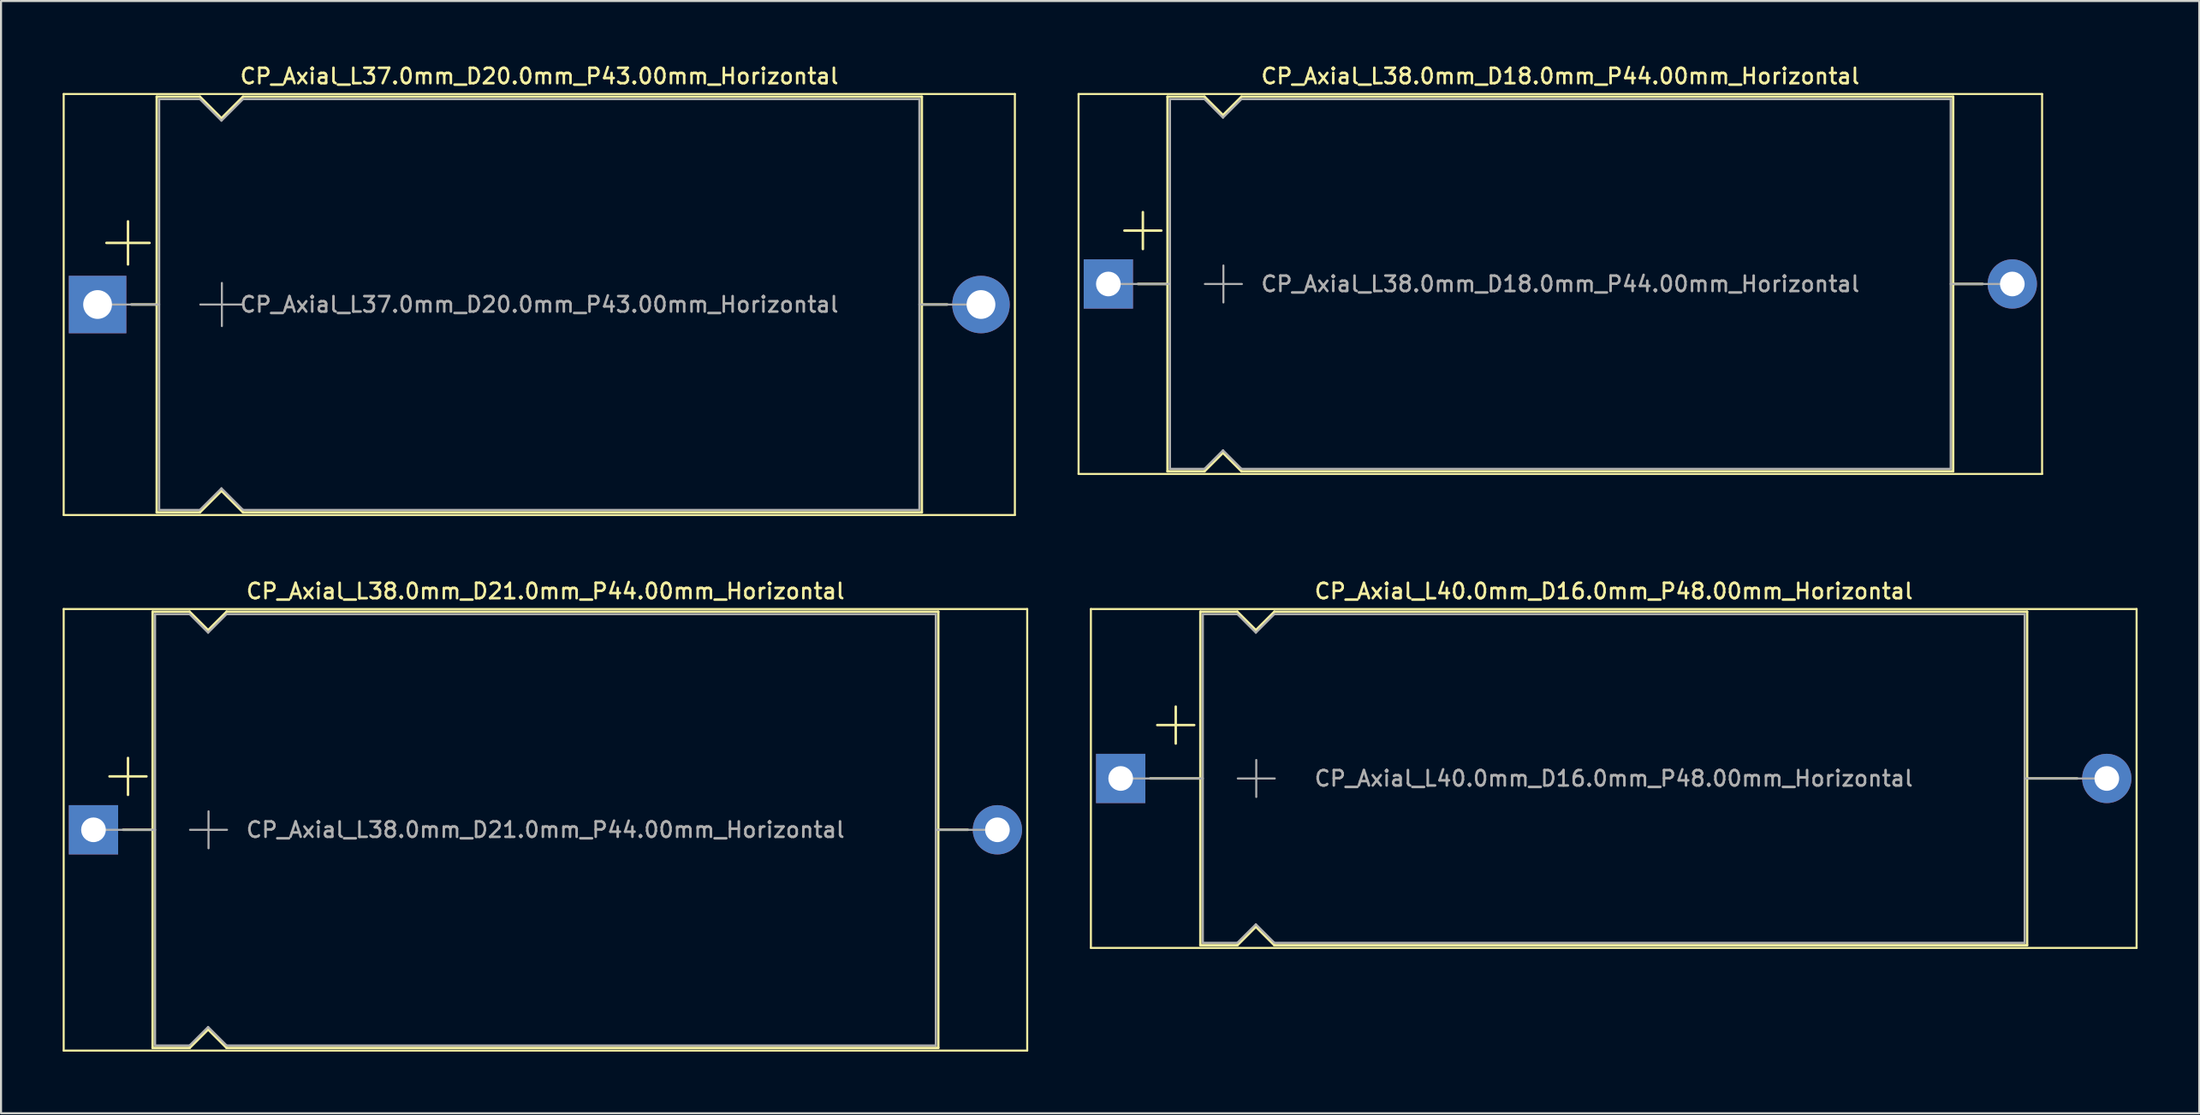
<source format=kicad_pcb>
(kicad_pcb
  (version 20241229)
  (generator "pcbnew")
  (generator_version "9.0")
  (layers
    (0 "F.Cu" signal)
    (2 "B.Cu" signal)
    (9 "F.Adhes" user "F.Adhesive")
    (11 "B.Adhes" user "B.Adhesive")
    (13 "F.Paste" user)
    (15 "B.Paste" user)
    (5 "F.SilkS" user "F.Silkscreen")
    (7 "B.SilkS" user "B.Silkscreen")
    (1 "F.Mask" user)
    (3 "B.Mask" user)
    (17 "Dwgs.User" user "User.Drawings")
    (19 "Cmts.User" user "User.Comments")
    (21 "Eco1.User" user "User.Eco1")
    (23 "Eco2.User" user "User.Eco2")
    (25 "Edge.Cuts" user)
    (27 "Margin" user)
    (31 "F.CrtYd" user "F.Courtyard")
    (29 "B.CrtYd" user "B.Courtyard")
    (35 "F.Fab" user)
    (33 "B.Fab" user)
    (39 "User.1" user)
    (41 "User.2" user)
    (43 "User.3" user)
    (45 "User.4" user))
  (footprint "CP_Axial_L40.0mm_D16.0mm_P48.00mm_Horizontal"
    (layer "F.Cu")
    (at 51.5 34.856)
    (property "Reference" "CP_Axial_L40.0mm_D16.0mm_P48.00mm_Horizontal" (at 24 -9.12 0) (layer "F.SilkS") (effects (font (size 0.75 0.75) (thickness 0.125))))
    (attr through_hole)
    (fp_line (start -1.45 -8.25) (end -1.45 8.25) (stroke (width 0.1) (type solid)) (layer "F.SilkS"))
    (fp_line (start -1.45 8.25) (end 49.45 8.25) (stroke (width 0.1) (type solid)) (layer "F.SilkS"))
    (fp_line (start 1.44 0) (end 3.88 0) (stroke (width 0.12) (type solid)) (layer "F.SilkS"))
    (fp_line (start 1.78 -2.6) (end 3.58 -2.6) (stroke (width 0.12) (type solid)) (layer "F.SilkS"))
    (fp_line (start 2.68 -3.5) (end 2.68 -1.7) (stroke (width 0.12) (type solid)) (layer "F.SilkS"))
    (fp_line (start 3.88 -8.12) (end 3.88 8.12) (stroke (width 0.12) (type solid)) (layer "F.SilkS"))
    (fp_line (start 3.88 -8.12) (end 5.68 -8.12) (stroke (width 0.12) (type solid)) (layer "F.SilkS"))
    (fp_line (start 3.88 8.12) (end 5.68 8.12) (stroke (width 0.12) (type solid)) (layer "F.SilkS"))
    (fp_line (start 5.68 -8.12) (end 6.58 -7.22) (stroke (width 0.12) (type solid)) (layer "F.SilkS"))
    (fp_line (start 5.68 8.12) (end 6.58 7.22) (stroke (width 0.12) (type solid)) (layer "F.SilkS"))
    (fp_line (start 6.58 -7.22) (end 7.48 -8.12) (stroke (width 0.12) (type solid)) (layer "F.SilkS"))
    (fp_line (start 6.58 7.22) (end 7.48 8.12) (stroke (width 0.12) (type solid)) (layer "F.SilkS"))
    (fp_line (start 7.48 -8.12) (end 44.12 -8.12) (stroke (width 0.12) (type solid)) (layer "F.SilkS"))
    (fp_line (start 7.48 8.12) (end 44.12 8.12) (stroke (width 0.12) (type solid)) (layer "F.SilkS"))
    (fp_line (start 44.12 -8.12) (end 44.12 8.12) (stroke (width 0.12) (type solid)) (layer "F.SilkS"))
    (fp_line (start 46.56 0) (end 44.12 0) (stroke (width 0.12) (type solid)) (layer "F.SilkS"))
    (fp_line (start 49.45 -8.25) (end -1.45 -8.25) (stroke (width 0.1) (type solid)) (layer "F.SilkS"))
    (fp_line (start 49.45 8.25) (end 49.45 -8.25) (stroke (width 0.1) (type solid)) (layer "F.SilkS"))
    (fp_line (start 0 0) (end 4 0) (stroke (width 0.1) (type solid)) (layer "F.Fab"))
    (fp_line (start 4 -8) (end 4 8) (stroke (width 0.1) (type solid)) (layer "F.Fab"))
    (fp_line (start 4 -8) (end 5.68 -8) (stroke (width 0.1) (type solid)) (layer "F.Fab"))
    (fp_line (start 4 8) (end 5.68 8) (stroke (width 0.1) (type solid)) (layer "F.Fab"))
    (fp_line (start 5.68 -8) (end 6.58 -7.1) (stroke (width 0.1) (type solid)) (layer "F.Fab"))
    (fp_line (start 5.68 8) (end 6.58 7.1) (stroke (width 0.1) (type solid)) (layer "F.Fab"))
    (fp_line (start 5.7 0) (end 7.5 0) (stroke (width 0.1) (type solid)) (layer "F.Fab"))
    (fp_line (start 6.58 -7.1) (end 7.48 -8) (stroke (width 0.1) (type solid)) (layer "F.Fab"))
    (fp_line (start 6.58 7.1) (end 7.48 8) (stroke (width 0.1) (type solid)) (layer "F.Fab"))
    (fp_line (start 6.6 -0.9) (end 6.6 0.9) (stroke (width 0.1) (type solid)) (layer "F.Fab"))
    (fp_line (start 7.48 -8) (end 44 -8) (stroke (width 0.1) (type solid)) (layer "F.Fab"))
    (fp_line (start 7.48 8) (end 44 8) (stroke (width 0.1) (type solid)) (layer "F.Fab"))
    (fp_line (start 44 -8) (end 44 8) (stroke (width 0.1) (type solid)) (layer "F.Fab"))
    (fp_line (start 48 0) (end 44 0) (stroke (width 0.1) (type solid)) (layer "F.Fab"))
    (fp_text user "${REFERENCE}" (at 24 0 0) (layer "F.Fab") (effects (font (size 0.75 0.75) (thickness 0.125))))
    (pad "1" thru_hole rect (at 0 0) (size 2.4 2.4) (drill 1.2) (layers "*.Cu" "*.Mask"))
    (pad "2" thru_hole oval (at 48 0) (size 2.4 2.4) (drill 1.2) (layers "*.Cu" "*.Mask")))
  (footprint "CP_Axial_L38.0mm_D18.0mm_P44.00mm_Horizontal"
    (layer "F.Cu")
    (at 50.9 10.778)
    (property "Reference" "CP_Axial_L38.0mm_D18.0mm_P44.00mm_Horizontal" (at 22 -10.12 0) (layer "F.SilkS") (effects (font (size 0.75 0.75) (thickness 0.125))))
    (attr through_hole)
    (fp_line (start -1.45 -9.25) (end -1.45 9.25) (stroke (width 0.1) (type solid)) (layer "F.SilkS"))
    (fp_line (start -1.45 9.25) (end 45.45 9.25) (stroke (width 0.1) (type solid)) (layer "F.SilkS"))
    (fp_line (start 0.78 -2.6) (end 2.58 -2.6) (stroke (width 0.12) (type solid)) (layer "F.SilkS"))
    (fp_line (start 1.44 0) (end 2.88 0) (stroke (width 0.12) (type solid)) (layer "F.SilkS"))
    (fp_line (start 1.68 -3.5) (end 1.68 -1.7) (stroke (width 0.12) (type solid)) (layer "F.SilkS"))
    (fp_line (start 2.88 -9.12) (end 2.88 9.12) (stroke (width 0.12) (type solid)) (layer "F.SilkS"))
    (fp_line (start 2.88 -9.12) (end 4.68 -9.12) (stroke (width 0.12) (type solid)) (layer "F.SilkS"))
    (fp_line (start 2.88 9.12) (end 4.68 9.12) (stroke (width 0.12) (type solid)) (layer "F.SilkS"))
    (fp_line (start 4.68 -9.12) (end 5.58 -8.22) (stroke (width 0.12) (type solid)) (layer "F.SilkS"))
    (fp_line (start 4.68 9.12) (end 5.58 8.22) (stroke (width 0.12) (type solid)) (layer "F.SilkS"))
    (fp_line (start 5.58 -8.22) (end 6.48 -9.12) (stroke (width 0.12) (type solid)) (layer "F.SilkS"))
    (fp_line (start 5.58 8.22) (end 6.48 9.12) (stroke (width 0.12) (type solid)) (layer "F.SilkS"))
    (fp_line (start 6.48 -9.12) (end 41.12 -9.12) (stroke (width 0.12) (type solid)) (layer "F.SilkS"))
    (fp_line (start 6.48 9.12) (end 41.12 9.12) (stroke (width 0.12) (type solid)) (layer "F.SilkS"))
    (fp_line (start 41.12 -9.12) (end 41.12 9.12) (stroke (width 0.12) (type solid)) (layer "F.SilkS"))
    (fp_line (start 42.56 0) (end 41.12 0) (stroke (width 0.12) (type solid)) (layer "F.SilkS"))
    (fp_line (start 45.45 -9.25) (end -1.45 -9.25) (stroke (width 0.1) (type solid)) (layer "F.SilkS"))
    (fp_line (start 45.45 9.25) (end 45.45 -9.25) (stroke (width 0.1) (type solid)) (layer "F.SilkS"))
    (fp_line (start 0 0) (end 3 0) (stroke (width 0.1) (type solid)) (layer "F.Fab"))
    (fp_line (start 3 -9) (end 3 9) (stroke (width 0.1) (type solid)) (layer "F.Fab"))
    (fp_line (start 3 -9) (end 4.68 -9) (stroke (width 0.1) (type solid)) (layer "F.Fab"))
    (fp_line (start 3 9) (end 4.68 9) (stroke (width 0.1) (type solid)) (layer "F.Fab"))
    (fp_line (start 4.68 -9) (end 5.58 -8.1) (stroke (width 0.1) (type solid)) (layer "F.Fab"))
    (fp_line (start 4.68 9) (end 5.58 8.1) (stroke (width 0.1) (type solid)) (layer "F.Fab"))
    (fp_line (start 4.7 0) (end 6.5 0) (stroke (width 0.1) (type solid)) (layer "F.Fab"))
    (fp_line (start 5.58 -8.1) (end 6.48 -9) (stroke (width 0.1) (type solid)) (layer "F.Fab"))
    (fp_line (start 5.58 8.1) (end 6.48 9) (stroke (width 0.1) (type solid)) (layer "F.Fab"))
    (fp_line (start 5.6 -0.9) (end 5.6 0.9) (stroke (width 0.1) (type solid)) (layer "F.Fab"))
    (fp_line (start 6.48 -9) (end 41 -9) (stroke (width 0.1) (type solid)) (layer "F.Fab"))
    (fp_line (start 6.48 9) (end 41 9) (stroke (width 0.1) (type solid)) (layer "F.Fab"))
    (fp_line (start 41 -9) (end 41 9) (stroke (width 0.1) (type solid)) (layer "F.Fab"))
    (fp_line (start 44 0) (end 41 0) (stroke (width 0.1) (type solid)) (layer "F.Fab"))
    (fp_text user "${REFERENCE}" (at 22 0 0) (layer "F.Fab") (effects (font (size 0.75 0.75) (thickness 0.125))))
    (pad "1" thru_hole rect (at 0 0) (size 2.4 2.4) (drill 1.2) (layers "*.Cu" "*.Mask"))
    (pad "2" thru_hole oval (at 44 0) (size 2.4 2.4) (drill 1.2) (layers "*.Cu" "*.Mask")))
  (footprint "CP_Axial_L37.0mm_D20.0mm_P43.00mm_Horizontal"
    (layer "F.Cu")
    (at 1.7 11.778)
    (property "Reference" "CP_Axial_L37.0mm_D20.0mm_P43.00mm_Horizontal" (at 21.5 -11.12 0) (layer "F.SilkS") (effects (font (size 0.75 0.75) (thickness 0.125))))
    (attr through_hole)
    (fp_line (start -1.65 -10.25) (end -1.65 10.25) (stroke (width 0.1) (type solid)) (layer "F.SilkS"))
    (fp_line (start -1.65 10.25) (end 44.65 10.25) (stroke (width 0.1) (type solid)) (layer "F.SilkS"))
    (fp_line (start 0.43 -3) (end 2.53 -3) (stroke (width 0.12) (type solid)) (layer "F.SilkS"))
    (fp_line (start 1.48 -4.05) (end 1.48 -1.95) (stroke (width 0.12) (type solid)) (layer "F.SilkS"))
    (fp_line (start 1.64 0) (end 2.88 0) (stroke (width 0.12) (type solid)) (layer "F.SilkS"))
    (fp_line (start 2.88 -10.12) (end 2.88 10.12) (stroke (width 0.12) (type solid)) (layer "F.SilkS"))
    (fp_line (start 2.88 -10.12) (end 4.98 -10.12) (stroke (width 0.12) (type solid)) (layer "F.SilkS"))
    (fp_line (start 2.88 10.12) (end 4.98 10.12) (stroke (width 0.12) (type solid)) (layer "F.SilkS"))
    (fp_line (start 4.98 -10.12) (end 6.03 -9.07) (stroke (width 0.12) (type solid)) (layer "F.SilkS"))
    (fp_line (start 4.98 10.12) (end 6.03 9.07) (stroke (width 0.12) (type solid)) (layer "F.SilkS"))
    (fp_line (start 6.03 -9.07) (end 7.08 -10.12) (stroke (width 0.12) (type solid)) (layer "F.SilkS"))
    (fp_line (start 6.03 9.07) (end 7.08 10.12) (stroke (width 0.12) (type solid)) (layer "F.SilkS"))
    (fp_line (start 7.08 -10.12) (end 40.12 -10.12) (stroke (width 0.12) (type solid)) (layer "F.SilkS"))
    (fp_line (start 7.08 10.12) (end 40.12 10.12) (stroke (width 0.12) (type solid)) (layer "F.SilkS"))
    (fp_line (start 40.12 -10.12) (end 40.12 10.12) (stroke (width 0.12) (type solid)) (layer "F.SilkS"))
    (fp_line (start 41.36 0) (end 40.12 0) (stroke (width 0.12) (type solid)) (layer "F.SilkS"))
    (fp_line (start 44.65 -10.25) (end -1.65 -10.25) (stroke (width 0.1) (type solid)) (layer "F.SilkS"))
    (fp_line (start 44.65 10.25) (end 44.65 -10.25) (stroke (width 0.1) (type solid)) (layer "F.SilkS"))
    (fp_line (start 0 0) (end 3 0) (stroke (width 0.1) (type solid)) (layer "F.Fab"))
    (fp_line (start 3 -10) (end 3 10) (stroke (width 0.1) (type solid)) (layer "F.Fab"))
    (fp_line (start 3 -10) (end 4.98 -10) (stroke (width 0.1) (type solid)) (layer "F.Fab"))
    (fp_line (start 3 10) (end 4.98 10) (stroke (width 0.1) (type solid)) (layer "F.Fab"))
    (fp_line (start 4.98 -10) (end 6.03 -8.95) (stroke (width 0.1) (type solid)) (layer "F.Fab"))
    (fp_line (start 4.98 10) (end 6.03 8.95) (stroke (width 0.1) (type solid)) (layer "F.Fab"))
    (fp_line (start 5 0) (end 7.1 0) (stroke (width 0.1) (type solid)) (layer "F.Fab"))
    (fp_line (start 6.03 -8.95) (end 7.08 -10) (stroke (width 0.1) (type solid)) (layer "F.Fab"))
    (fp_line (start 6.03 8.95) (end 7.08 10) (stroke (width 0.1) (type solid)) (layer "F.Fab"))
    (fp_line (start 6.05 -1.05) (end 6.05 1.05) (stroke (width 0.1) (type solid)) (layer "F.Fab"))
    (fp_line (start 7.08 -10) (end 40 -10) (stroke (width 0.1) (type solid)) (layer "F.Fab"))
    (fp_line (start 7.08 10) (end 40 10) (stroke (width 0.1) (type solid)) (layer "F.Fab"))
    (fp_line (start 40 -10) (end 40 10) (stroke (width 0.1) (type solid)) (layer "F.Fab"))
    (fp_line (start 43 0) (end 40 0) (stroke (width 0.1) (type solid)) (layer "F.Fab"))
    (fp_text user "${REFERENCE}" (at 21.5 0 0) (layer "F.Fab") (effects (font (size 0.75 0.75) (thickness 0.125))))
    (pad "1" thru_hole rect (at 0 0) (size 2.8 2.8) (drill 1.4) (layers "*.Cu" "*.Mask"))
    (pad "2" thru_hole oval (at 43 0) (size 2.8 2.8) (drill 1.4) (layers "*.Cu" "*.Mask")))
  (footprint "CP_Axial_L38.0mm_D21.0mm_P44.00mm_Horizontal"
    (layer "F.Cu")
    (at 1.5 37.356)
    (property "Reference" "CP_Axial_L38.0mm_D21.0mm_P44.00mm_Horizontal" (at 22 -11.62 0) (layer "F.SilkS") (effects (font (size 0.75 0.75) (thickness 0.125))))
    (attr through_hole)
    (fp_line (start -1.45 -10.75) (end -1.45 10.75) (stroke (width 0.1) (type solid)) (layer "F.SilkS"))
    (fp_line (start -1.45 10.75) (end 45.45 10.75) (stroke (width 0.1) (type solid)) (layer "F.SilkS"))
    (fp_line (start 0.78 -2.6) (end 2.58 -2.6) (stroke (width 0.12) (type solid)) (layer "F.SilkS"))
    (fp_line (start 1.44 0) (end 2.88 0) (stroke (width 0.12) (type solid)) (layer "F.SilkS"))
    (fp_line (start 1.68 -3.5) (end 1.68 -1.7) (stroke (width 0.12) (type solid)) (layer "F.SilkS"))
    (fp_line (start 2.88 -10.62) (end 2.88 10.62) (stroke (width 0.12) (type solid)) (layer "F.SilkS"))
    (fp_line (start 2.88 -10.62) (end 4.68 -10.62) (stroke (width 0.12) (type solid)) (layer "F.SilkS"))
    (fp_line (start 2.88 10.62) (end 4.68 10.62) (stroke (width 0.12) (type solid)) (layer "F.SilkS"))
    (fp_line (start 4.68 -10.62) (end 5.58 -9.72) (stroke (width 0.12) (type solid)) (layer "F.SilkS"))
    (fp_line (start 4.68 10.62) (end 5.58 9.72) (stroke (width 0.12) (type solid)) (layer "F.SilkS"))
    (fp_line (start 5.58 -9.72) (end 6.48 -10.62) (stroke (width 0.12) (type solid)) (layer "F.SilkS"))
    (fp_line (start 5.58 9.72) (end 6.48 10.62) (stroke (width 0.12) (type solid)) (layer "F.SilkS"))
    (fp_line (start 6.48 -10.62) (end 41.12 -10.62) (stroke (width 0.12) (type solid)) (layer "F.SilkS"))
    (fp_line (start 6.48 10.62) (end 41.12 10.62) (stroke (width 0.12) (type solid)) (layer "F.SilkS"))
    (fp_line (start 41.12 -10.62) (end 41.12 10.62) (stroke (width 0.12) (type solid)) (layer "F.SilkS"))
    (fp_line (start 42.56 0) (end 41.12 0) (stroke (width 0.12) (type solid)) (layer "F.SilkS"))
    (fp_line (start 45.45 -10.75) (end -1.45 -10.75) (stroke (width 0.1) (type solid)) (layer "F.SilkS"))
    (fp_line (start 45.45 10.75) (end 45.45 -10.75) (stroke (width 0.1) (type solid)) (layer "F.SilkS"))
    (fp_line (start 0 0) (end 3 0) (stroke (width 0.1) (type solid)) (layer "F.Fab"))
    (fp_line (start 3 -10.5) (end 3 10.5) (stroke (width 0.1) (type solid)) (layer "F.Fab"))
    (fp_line (start 3 -10.5) (end 4.68 -10.5) (stroke (width 0.1) (type solid)) (layer "F.Fab"))
    (fp_line (start 3 10.5) (end 4.68 10.5) (stroke (width 0.1) (type solid)) (layer "F.Fab"))
    (fp_line (start 4.68 -10.5) (end 5.58 -9.6) (stroke (width 0.1) (type solid)) (layer "F.Fab"))
    (fp_line (start 4.68 10.5) (end 5.58 9.6) (stroke (width 0.1) (type solid)) (layer "F.Fab"))
    (fp_line (start 4.7 0) (end 6.5 0) (stroke (width 0.1) (type solid)) (layer "F.Fab"))
    (fp_line (start 5.58 -9.6) (end 6.48 -10.5) (stroke (width 0.1) (type solid)) (layer "F.Fab"))
    (fp_line (start 5.58 9.6) (end 6.48 10.5) (stroke (width 0.1) (type solid)) (layer "F.Fab"))
    (fp_line (start 5.6 -0.9) (end 5.6 0.9) (stroke (width 0.1) (type solid)) (layer "F.Fab"))
    (fp_line (start 6.48 -10.5) (end 41 -10.5) (stroke (width 0.1) (type solid)) (layer "F.Fab"))
    (fp_line (start 6.48 10.5) (end 41 10.5) (stroke (width 0.1) (type solid)) (layer "F.Fab"))
    (fp_line (start 41 -10.5) (end 41 10.5) (stroke (width 0.1) (type solid)) (layer "F.Fab"))
    (fp_line (start 44 0) (end 41 0) (stroke (width 0.1) (type solid)) (layer "F.Fab"))
    (fp_text user "${REFERENCE}" (at 22 0 0) (layer "F.Fab") (effects (font (size 0.75 0.75) (thickness 0.125))))
    (pad "1" thru_hole rect (at 0 0) (size 2.4 2.4) (drill 1.2) (layers "*.Cu" "*.Mask"))
    (pad "2" thru_hole oval (at 44 0) (size 2.4 2.4) (drill 1.2) (layers "*.Cu" "*.Mask")))
  (gr_rect
    (start -3 -3)
    (end 104 51.156)
    (stroke (width 0.1) (type default))
    (fill no)
    (layer "Edge.Cuts")))
</source>
